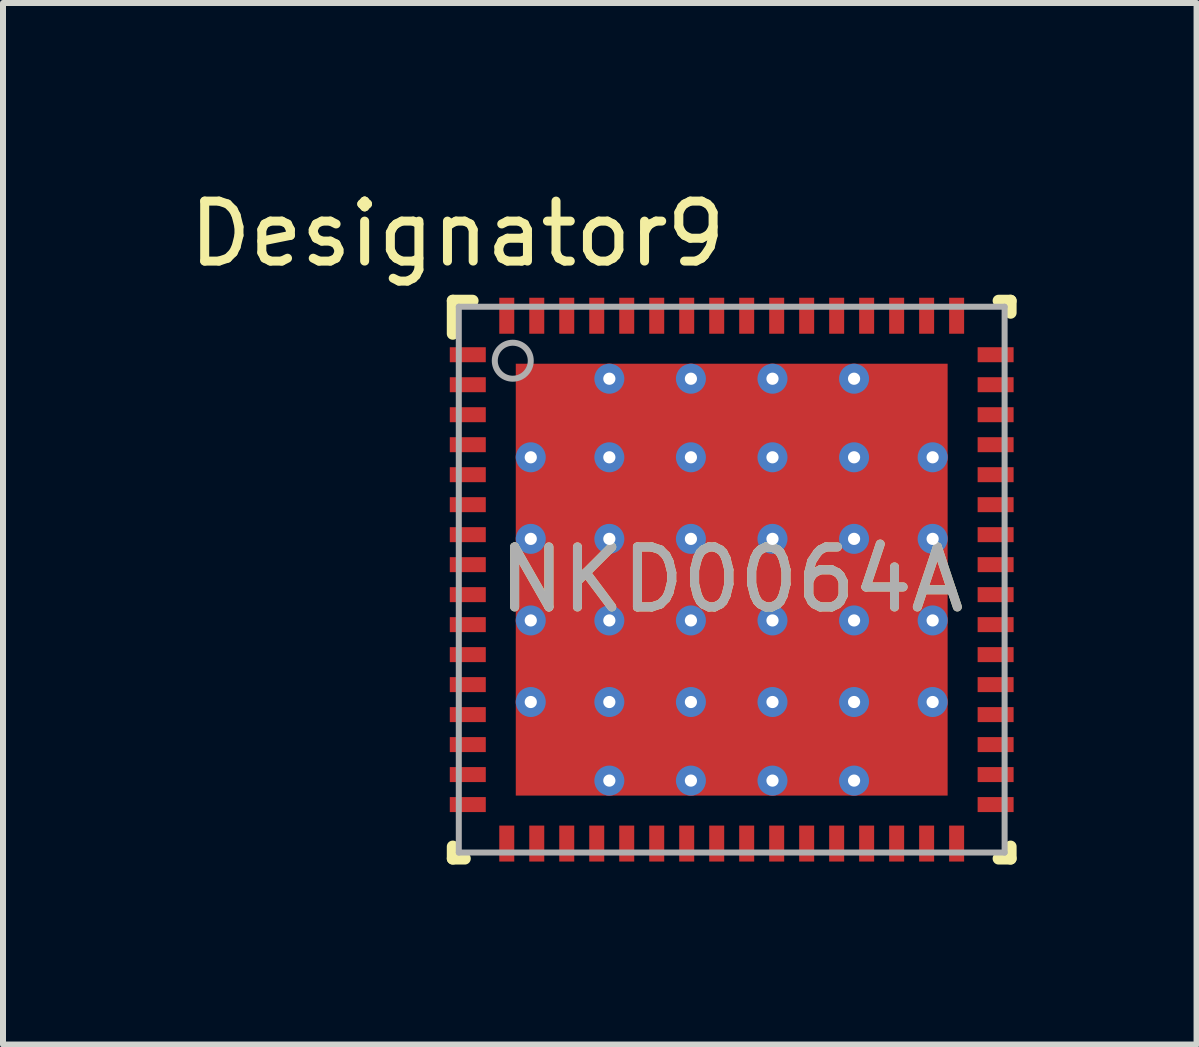
<source format=kicad_pcb>
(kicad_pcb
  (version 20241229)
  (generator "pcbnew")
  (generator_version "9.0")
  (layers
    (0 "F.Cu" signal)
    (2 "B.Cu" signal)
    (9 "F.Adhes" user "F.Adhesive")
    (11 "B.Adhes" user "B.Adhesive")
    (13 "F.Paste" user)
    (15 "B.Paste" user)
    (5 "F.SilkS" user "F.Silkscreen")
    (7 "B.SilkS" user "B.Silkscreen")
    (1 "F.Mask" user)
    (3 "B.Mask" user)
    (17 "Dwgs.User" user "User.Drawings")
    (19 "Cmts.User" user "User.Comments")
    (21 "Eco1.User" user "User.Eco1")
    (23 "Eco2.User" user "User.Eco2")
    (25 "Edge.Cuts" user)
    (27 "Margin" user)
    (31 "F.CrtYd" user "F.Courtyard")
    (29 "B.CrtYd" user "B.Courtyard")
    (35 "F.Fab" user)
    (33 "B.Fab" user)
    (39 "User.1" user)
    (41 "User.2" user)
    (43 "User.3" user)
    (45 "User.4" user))
  (footprint "NKD0064A"
    (layer "F.Cu")
    (at 9.149 6.614)
    (property "Reference" "NKD0064A" (at 0 0 0) (unlocked yes) (layer "F.SilkS") (effects (font (size 1 1) (thickness 0.15))))
    (attr smd)
    (fp_line (start -4.65 -4.65) (end -4.32 -4.65) (stroke (width 0.2) (type solid)) (layer "F.SilkS"))
    (fp_line (start -4.65 -4.1) (end -4.65 -4.65) (stroke (width 0.2) (type solid)) (layer "F.SilkS"))
    (fp_line (start -4.65 4.65) (end -4.65 4.45) (stroke (width 0.2) (type solid)) (layer "F.SilkS"))
    (fp_line (start -4.65 4.65) (end -4.45 4.65) (stroke (width 0.2) (type solid)) (layer "F.SilkS"))
    (fp_line (start 4.45 -4.65) (end 4.65 -4.65) (stroke (width 0.2) (type solid)) (layer "F.SilkS"))
    (fp_line (start 4.45 4.65) (end 4.65 4.65) (stroke (width 0.2) (type solid)) (layer "F.SilkS"))
    (fp_line (start 4.65 -4.45) (end 4.65 -4.65) (stroke (width 0.2) (type solid)) (layer "F.SilkS"))
    (fp_line (start 4.65 4.65) (end 4.65 4.45) (stroke (width 0.2) (type solid)) (layer "F.SilkS"))
    (fp_poly (pts (xy -3.3 -2.14) (xy -2.14 -2.14) (xy -2.14 -3.3) (xy -3.3 -3.3)) (stroke (width 0) (type solid)) (fill yes) (layer "F.Paste"))
    (fp_poly (pts (xy -3.3 -0.78) (xy -2.14 -0.78) (xy -2.14 -1.94) (xy -3.3 -1.94)) (stroke (width 0) (type solid)) (fill yes) (layer "F.Paste"))
    (fp_poly (pts (xy -3.3 0.58) (xy -2.14 0.58) (xy -2.14 -0.58) (xy -3.3 -0.58)) (stroke (width 0) (type solid)) (fill yes) (layer "F.Paste"))
    (fp_poly (pts (xy -3.3 1.94) (xy -2.14 1.94) (xy -2.14 0.78) (xy -3.3 0.78)) (stroke (width 0) (type solid)) (fill yes) (layer "F.Paste"))
    (fp_poly (pts (xy -3.3 3.3) (xy -2.14 3.3) (xy -2.14 2.14) (xy -3.3 2.14)) (stroke (width 0) (type solid)) (fill yes) (layer "F.Paste"))
    (fp_poly (pts (xy -1.94 -2.14) (xy -0.78 -2.14) (xy -0.78 -3.3) (xy -1.94 -3.3)) (stroke (width 0) (type solid)) (fill yes) (layer "F.Paste"))
    (fp_poly (pts (xy -1.94 -0.78) (xy -0.78 -0.78) (xy -0.78 -1.94) (xy -1.94 -1.94)) (stroke (width 0) (type solid)) (fill yes) (layer "F.Paste"))
    (fp_poly (pts (xy -1.94 0.58) (xy -0.78 0.58) (xy -0.78 -0.58) (xy -1.94 -0.58)) (stroke (width 0) (type solid)) (fill yes) (layer "F.Paste"))
    (fp_poly (pts (xy -1.94 1.94) (xy -0.78 1.94) (xy -0.78 0.78) (xy -1.94 0.78)) (stroke (width 0) (type solid)) (fill yes) (layer "F.Paste"))
    (fp_poly (pts (xy -1.94 3.3) (xy -0.78 3.3) (xy -0.78 2.14) (xy -1.94 2.14)) (stroke (width 0) (type solid)) (fill yes) (layer "F.Paste"))
    (fp_poly (pts (xy -0.58 -2.14) (xy 0.58 -2.14) (xy 0.58 -3.3) (xy -0.58 -3.3)) (stroke (width 0) (type solid)) (fill yes) (layer "F.Paste"))
    (fp_poly (pts (xy -0.58 -0.78) (xy 0.58 -0.78) (xy 0.58 -1.94) (xy -0.58 -1.94)) (stroke (width 0) (type solid)) (fill yes) (layer "F.Paste"))
    (fp_poly (pts (xy -0.58 0.58) (xy 0.58 0.58) (xy 0.58 -0.58) (xy -0.58 -0.58)) (stroke (width 0) (type solid)) (fill yes) (layer "F.Paste"))
    (fp_poly (pts (xy -0.58 1.94) (xy 0.58 1.94) (xy 0.58 0.78) (xy -0.58 0.78)) (stroke (width 0) (type solid)) (fill yes) (layer "F.Paste"))
    (fp_poly (pts (xy -0.58 3.3) (xy 0.58 3.3) (xy 0.58 2.14) (xy -0.58 2.14)) (stroke (width 0) (type solid)) (fill yes) (layer "F.Paste"))
    (fp_poly (pts (xy 0.78 -2.14) (xy 1.94 -2.14) (xy 1.94 -3.3) (xy 0.78 -3.3)) (stroke (width 0) (type solid)) (fill yes) (layer "F.Paste"))
    (fp_poly (pts (xy 0.78 -0.78) (xy 1.94 -0.78) (xy 1.94 -1.94) (xy 0.78 -1.94)) (stroke (width 0) (type solid)) (fill yes) (layer "F.Paste"))
    (fp_poly (pts (xy 0.78 0.58) (xy 1.94 0.58) (xy 1.94 -0.58) (xy 0.78 -0.58)) (stroke (width 0) (type solid)) (fill yes) (layer "F.Paste"))
    (fp_poly (pts (xy 0.78 1.94) (xy 1.94 1.94) (xy 1.94 0.78) (xy 0.78 0.78)) (stroke (width 0) (type solid)) (fill yes) (layer "F.Paste"))
    (fp_poly (pts (xy 0.78 3.3) (xy 1.94 3.3) (xy 1.94 2.14) (xy 0.78 2.14)) (stroke (width 0) (type solid)) (fill yes) (layer "F.Paste"))
    (fp_poly (pts (xy 2.14 -2.14) (xy 3.3 -2.14) (xy 3.3 -3.3) (xy 2.14 -3.3)) (stroke (width 0) (type solid)) (fill yes) (layer "F.Paste"))
    (fp_poly (pts (xy 2.14 -0.78) (xy 3.3 -0.78) (xy 3.3 -1.94) (xy 2.14 -1.94)) (stroke (width 0) (type solid)) (fill yes) (layer "F.Paste"))
    (fp_poly (pts (xy 2.14 0.58) (xy 3.3 0.58) (xy 3.3 -0.58) (xy 2.14 -0.58)) (stroke (width 0) (type solid)) (fill yes) (layer "F.Paste"))
    (fp_poly (pts (xy 2.14 1.94) (xy 3.3 1.94) (xy 3.3 0.78) (xy 2.14 0.78)) (stroke (width 0) (type solid)) (fill yes) (layer "F.Paste"))
    (fp_poly (pts (xy 2.14 3.3) (xy 3.3 3.3) (xy 3.3 2.14) (xy 2.14 2.14)) (stroke (width 0) (type solid)) (fill yes) (layer "F.Paste"))
    (fp_line (start -4.55 -4.55) (end 4.55 -4.55) (stroke (width 0.1) (type solid)) (layer "F.Fab"))
    (fp_line (start -4.55 4.55) (end -4.55 -4.55) (stroke (width 0.1) (type solid)) (layer "F.Fab"))
    (fp_line (start -4.55 4.55) (end 4.55 4.55) (stroke (width 0.1) (type solid)) (layer "F.Fab"))
    (fp_line (start 4.55 4.55) (end 4.55 -4.55) (stroke (width 0.1) (type solid)) (layer "F.Fab"))
    (fp_circle (center -3.65 -3.65) (end -3.35 -3.65) (stroke (width 0.1) (type solid)) (fill no) (layer "F.Fab"))
    (fp_text user "Designator9" (at -4.572 -5.766 0) (unlocked yes) (layer "F.SilkS") (effects (font (size 1 1) (thickness 0.15))))
    (fp_text user "${REFERENCE}" (at 0 0 0) (unlocked yes) (layer "F.Fab") (effects (font (size 1 1) (thickness 0.15))))
    (pad "1" smd rect (at -4.4 -3.75 90) (size 0.25 0.6) (layers "F.Cu" "F.Mask" "F.Paste"))
    (pad "2" smd rect (at -4.4 -3.25 90) (size 0.25 0.6) (layers "F.Cu" "F.Mask" "F.Paste"))
    (pad "3" smd rect (at -4.4 -2.75 90) (size 0.25 0.6) (layers "F.Cu" "F.Mask" "F.Paste"))
    (pad "4" smd rect (at -4.4 -2.25 90) (size 0.25 0.6) (layers "F.Cu" "F.Mask" "F.Paste"))
    (pad "5" smd rect (at -4.4 -1.75 90) (size 0.25 0.6) (layers "F.Cu" "F.Mask" "F.Paste"))
    (pad "6" smd rect (at -4.4 -1.25 90) (size 0.25 0.6) (layers "F.Cu" "F.Mask" "F.Paste"))
    (pad "7" smd rect (at -4.4 -0.75 90) (size 0.25 0.6) (layers "F.Cu" "F.Mask" "F.Paste"))
    (pad "8" smd rect (at -4.4 -0.25 90) (size 0.25 0.6) (layers "F.Cu" "F.Mask" "F.Paste"))
    (pad "9" smd rect (at -4.4 0.25 90) (size 0.25 0.6) (layers "F.Cu" "F.Mask" "F.Paste"))
    (pad "10" smd rect (at -4.4 0.75 90) (size 0.25 0.6) (layers "F.Cu" "F.Mask" "F.Paste"))
    (pad "11" smd rect (at -4.4 1.25 90) (size 0.25 0.6) (layers "F.Cu" "F.Mask" "F.Paste"))
    (pad "12" smd rect (at -4.4 1.75 90) (size 0.25 0.6) (layers "F.Cu" "F.Mask" "F.Paste"))
    (pad "13" smd rect (at -4.4 2.25 90) (size 0.25 0.6) (layers "F.Cu" "F.Mask" "F.Paste"))
    (pad "14" smd rect (at -4.4 2.75 90) (size 0.25 0.6) (layers "F.Cu" "F.Mask" "F.Paste"))
    (pad "15" smd rect (at -4.4 3.25 90) (size 0.25 0.6) (layers "F.Cu" "F.Mask" "F.Paste"))
    (pad "16" smd rect (at -4.4 3.75 90) (size 0.25 0.6) (layers "F.Cu" "F.Mask" "F.Paste"))
    (pad "17" smd rect (at -3.75 4.4) (size 0.25 0.6) (layers "F.Cu" "F.Mask" "F.Paste"))
    (pad "18" smd rect (at -3.25 4.4) (size 0.25 0.6) (layers "F.Cu" "F.Mask" "F.Paste"))
    (pad "19" smd rect (at -2.75 4.4) (size 0.25 0.6) (layers "F.Cu" "F.Mask" "F.Paste"))
    (pad "20" smd rect (at -2.25 4.4) (size 0.25 0.6) (layers "F.Cu" "F.Mask" "F.Paste"))
    (pad "21" smd rect (at -1.75 4.4) (size 0.25 0.6) (layers "F.Cu" "F.Mask" "F.Paste"))
    (pad "22" smd rect (at -1.25 4.4) (size 0.25 0.6) (layers "F.Cu" "F.Mask" "F.Paste"))
    (pad "23" smd rect (at -0.75 4.4) (size 0.25 0.6) (layers "F.Cu" "F.Mask" "F.Paste"))
    (pad "24" smd rect (at -0.25 4.4) (size 0.25 0.6) (layers "F.Cu" "F.Mask" "F.Paste"))
    (pad "25" smd rect (at 0.25 4.4) (size 0.25 0.6) (layers "F.Cu" "F.Mask" "F.Paste"))
    (pad "26" smd rect (at 0.75 4.4) (size 0.25 0.6) (layers "F.Cu" "F.Mask" "F.Paste"))
    (pad "27" smd rect (at 1.25 4.4) (size 0.25 0.6) (layers "F.Cu" "F.Mask" "F.Paste"))
    (pad "28" smd rect (at 1.75 4.4) (size 0.25 0.6) (layers "F.Cu" "F.Mask" "F.Paste"))
    (pad "29" smd rect (at 2.25 4.4) (size 0.25 0.6) (layers "F.Cu" "F.Mask" "F.Paste"))
    (pad "30" smd rect (at 2.75 4.4) (size 0.25 0.6) (layers "F.Cu" "F.Mask" "F.Paste"))
    (pad "31" smd rect (at 3.25 4.4) (size 0.25 0.6) (layers "F.Cu" "F.Mask" "F.Paste"))
    (pad "32" smd rect (at 3.75 4.4) (size 0.25 0.6) (layers "F.Cu" "F.Mask" "F.Paste"))
    (pad "33" smd rect (at 4.4 3.75 90) (size 0.25 0.6) (layers "F.Cu" "F.Mask" "F.Paste"))
    (pad "34" smd rect (at 4.4 3.25 90) (size 0.25 0.6) (layers "F.Cu" "F.Mask" "F.Paste"))
    (pad "35" smd rect (at 4.4 2.75 90) (size 0.25 0.6) (layers "F.Cu" "F.Mask" "F.Paste"))
    (pad "36" smd rect (at 4.4 2.25 90) (size 0.25 0.6) (layers "F.Cu" "F.Mask" "F.Paste"))
    (pad "37" smd rect (at 4.4 1.75 90) (size 0.25 0.6) (layers "F.Cu" "F.Mask" "F.Paste"))
    (pad "38" smd rect (at 4.4 1.25 90) (size 0.25 0.6) (layers "F.Cu" "F.Mask" "F.Paste"))
    (pad "39" smd rect (at 4.4 0.75 90) (size 0.25 0.6) (layers "F.Cu" "F.Mask" "F.Paste"))
    (pad "40" smd rect (at 4.4 0.25 90) (size 0.25 0.6) (layers "F.Cu" "F.Mask" "F.Paste"))
    (pad "41" smd rect (at 4.4 -0.25 90) (size 0.25 0.6) (layers "F.Cu" "F.Mask" "F.Paste"))
    (pad "42" smd rect (at 4.4 -0.75 90) (size 0.25 0.6) (layers "F.Cu" "F.Mask" "F.Paste"))
    (pad "43" smd rect (at 4.4 -1.25 90) (size 0.25 0.6) (layers "F.Cu" "F.Mask" "F.Paste"))
    (pad "44" smd rect (at 4.4 -1.75 90) (size 0.25 0.6) (layers "F.Cu" "F.Mask" "F.Paste"))
    (pad "45" smd rect (at 4.4 -2.25 90) (size 0.25 0.6) (layers "F.Cu" "F.Mask" "F.Paste"))
    (pad "46" smd rect (at 4.4 -2.75 90) (size 0.25 0.6) (layers "F.Cu" "F.Mask" "F.Paste"))
    (pad "47" smd rect (at 4.4 -3.25 90) (size 0.25 0.6) (layers "F.Cu" "F.Mask" "F.Paste"))
    (pad "48" smd rect (at 4.4 -3.75 90) (size 0.25 0.6) (layers "F.Cu" "F.Mask" "F.Paste"))
    (pad "49" smd rect (at 3.75 -4.4) (size 0.25 0.6) (layers "F.Cu" "F.Mask" "F.Paste"))
    (pad "50" smd rect (at 3.25 -4.4) (size 0.25 0.6) (layers "F.Cu" "F.Mask" "F.Paste"))
    (pad "51" smd rect (at 2.75 -4.4) (size 0.25 0.6) (layers "F.Cu" "F.Mask" "F.Paste"))
    (pad "52" smd rect (at 2.25 -4.4) (size 0.25 0.6) (layers "F.Cu" "F.Mask" "F.Paste"))
    (pad "53" smd rect (at 1.75 -4.4) (size 0.25 0.6) (layers "F.Cu" "F.Mask" "F.Paste"))
    (pad "54" smd rect (at 1.25 -4.4) (size 0.25 0.6) (layers "F.Cu" "F.Mask" "F.Paste"))
    (pad "55" smd rect (at 0.75 -4.4) (size 0.25 0.6) (layers "F.Cu" "F.Mask" "F.Paste"))
    (pad "56" smd rect (at 0.25 -4.4) (size 0.25 0.6) (layers "F.Cu" "F.Mask" "F.Paste"))
    (pad "57" smd rect (at -0.25 -4.4) (size 0.25 0.6) (layers "F.Cu" "F.Mask" "F.Paste"))
    (pad "58" smd rect (at -0.75 -4.4) (size 0.25 0.6) (layers "F.Cu" "F.Mask" "F.Paste"))
    (pad "59" smd rect (at -1.25 -4.4) (size 0.25 0.6) (layers "F.Cu" "F.Mask" "F.Paste"))
    (pad "60" smd rect (at -1.75 -4.4) (size 0.25 0.6) (layers "F.Cu" "F.Mask" "F.Paste"))
    (pad "61" smd rect (at -2.25 -4.4) (size 0.25 0.6) (layers "F.Cu" "F.Mask" "F.Paste"))
    (pad "62" smd rect (at -2.75 -4.4) (size 0.25 0.6) (layers "F.Cu" "F.Mask" "F.Paste"))
    (pad "63" smd rect (at -3.25 -4.4) (size 0.25 0.6) (layers "F.Cu" "F.Mask" "F.Paste"))
    (pad "64" smd rect (at -3.75 -4.4) (size 0.25 0.6) (layers "F.Cu" "F.Mask" "F.Paste"))
    (pad "65" smd rect (at 0 0) (size 7.2 7.2) (layers "F.Cu" "F.Mask"))
    (pad "V" thru_hole circle (at -3.35 -2.04) (size 0.5 0.5) (drill 0.203) (layers "*.Cu" "*.Mask"))
    (pad "V" thru_hole circle (at -3.35 -0.68) (size 0.5 0.5) (drill 0.203) (layers "*.Cu" "*.Mask"))
    (pad "V" thru_hole circle (at -3.35 0.68) (size 0.5 0.5) (drill 0.203) (layers "*.Cu" "*.Mask"))
    (pad "V" thru_hole circle (at -3.35 2.04) (size 0.5 0.5) (drill 0.203) (layers "*.Cu" "*.Mask"))
    (pad "V" thru_hole circle (at -2.04 -3.35) (size 0.5 0.5) (drill 0.203) (layers "*.Cu" "*.Mask"))
    (pad "V" thru_hole circle (at -2.04 -2.04) (size 0.5 0.5) (drill 0.203) (layers "*.Cu" "*.Mask"))
    (pad "V" thru_hole circle (at -2.04 -0.68) (size 0.5 0.5) (drill 0.203) (layers "*.Cu" "*.Mask"))
    (pad "V" thru_hole circle (at -2.04 0.68) (size 0.5 0.5) (drill 0.203) (layers "*.Cu" "*.Mask"))
    (pad "V" thru_hole circle (at -2.04 2.04) (size 0.5 0.5) (drill 0.203) (layers "*.Cu" "*.Mask"))
    (pad "V" thru_hole circle (at -2.04 3.35) (size 0.5 0.5) (drill 0.203) (layers "*.Cu" "*.Mask"))
    (pad "V" thru_hole circle (at -0.68 -3.35) (size 0.5 0.5) (drill 0.203) (layers "*.Cu" "*.Mask"))
    (pad "V" thru_hole circle (at -0.68 -2.04) (size 0.5 0.5) (drill 0.203) (layers "*.Cu" "*.Mask"))
    (pad "V" thru_hole circle (at -0.68 -0.68) (size 0.5 0.5) (drill 0.203) (layers "*.Cu" "*.Mask"))
    (pad "V" thru_hole circle (at -0.68 0.68) (size 0.5 0.5) (drill 0.203) (layers "*.Cu" "*.Mask"))
    (pad "V" thru_hole circle (at -0.68 2.04) (size 0.5 0.5) (drill 0.203) (layers "*.Cu" "*.Mask"))
    (pad "V" thru_hole circle (at -0.68 3.35) (size 0.5 0.5) (drill 0.203) (layers "*.Cu" "*.Mask"))
    (pad "V" thru_hole circle (at 0.68 -3.35) (size 0.5 0.5) (drill 0.203) (layers "*.Cu" "*.Mask"))
    (pad "V" thru_hole circle (at 0.68 -2.04) (size 0.5 0.5) (drill 0.203) (layers "*.Cu" "*.Mask"))
    (pad "V" thru_hole circle (at 0.68 -0.68) (size 0.5 0.5) (drill 0.203) (layers "*.Cu" "*.Mask"))
    (pad "V" thru_hole circle (at 0.68 0.68) (size 0.5 0.5) (drill 0.203) (layers "*.Cu" "*.Mask"))
    (pad "V" thru_hole circle (at 0.68 2.04) (size 0.5 0.5) (drill 0.203) (layers "*.Cu" "*.Mask"))
    (pad "V" thru_hole circle (at 0.68 3.35) (size 0.5 0.5) (drill 0.203) (layers "*.Cu" "*.Mask"))
    (pad "V" thru_hole circle (at 2.04 -3.35) (size 0.5 0.5) (drill 0.203) (layers "*.Cu" "*.Mask"))
    (pad "V" thru_hole circle (at 2.04 -2.04) (size 0.5 0.5) (drill 0.203) (layers "*.Cu" "*.Mask"))
    (pad "V" thru_hole circle (at 2.04 -0.68) (size 0.5 0.5) (drill 0.203) (layers "*.Cu" "*.Mask"))
    (pad "V" thru_hole circle (at 2.04 0.68) (size 0.5 0.5) (drill 0.203) (layers "*.Cu" "*.Mask"))
    (pad "V" thru_hole circle (at 2.04 2.04) (size 0.5 0.5) (drill 0.203) (layers "*.Cu" "*.Mask"))
    (pad "V" thru_hole circle (at 2.04 3.35) (size 0.5 0.5) (drill 0.203) (layers "*.Cu" "*.Mask"))
    (pad "V" thru_hole circle (at 3.35 -2.04) (size 0.5 0.5) (drill 0.203) (layers "*.Cu" "*.Mask"))
    (pad "V" thru_hole circle (at 3.35 -0.68) (size 0.5 0.5) (drill 0.203) (layers "*.Cu" "*.Mask"))
    (pad "V" thru_hole circle (at 3.35 0.68) (size 0.5 0.5) (drill 0.203) (layers "*.Cu" "*.Mask"))
    (pad "V" thru_hole circle (at 3.35 2.04) (size 0.5 0.5) (drill 0.203) (layers "*.Cu" "*.Mask")))
  (gr_rect
    (start -3 -3)
    (end 16.899 14.364)
    (stroke (width 0.1) (type default))
    (fill no)
    (layer "Edge.Cuts")))
</source>
